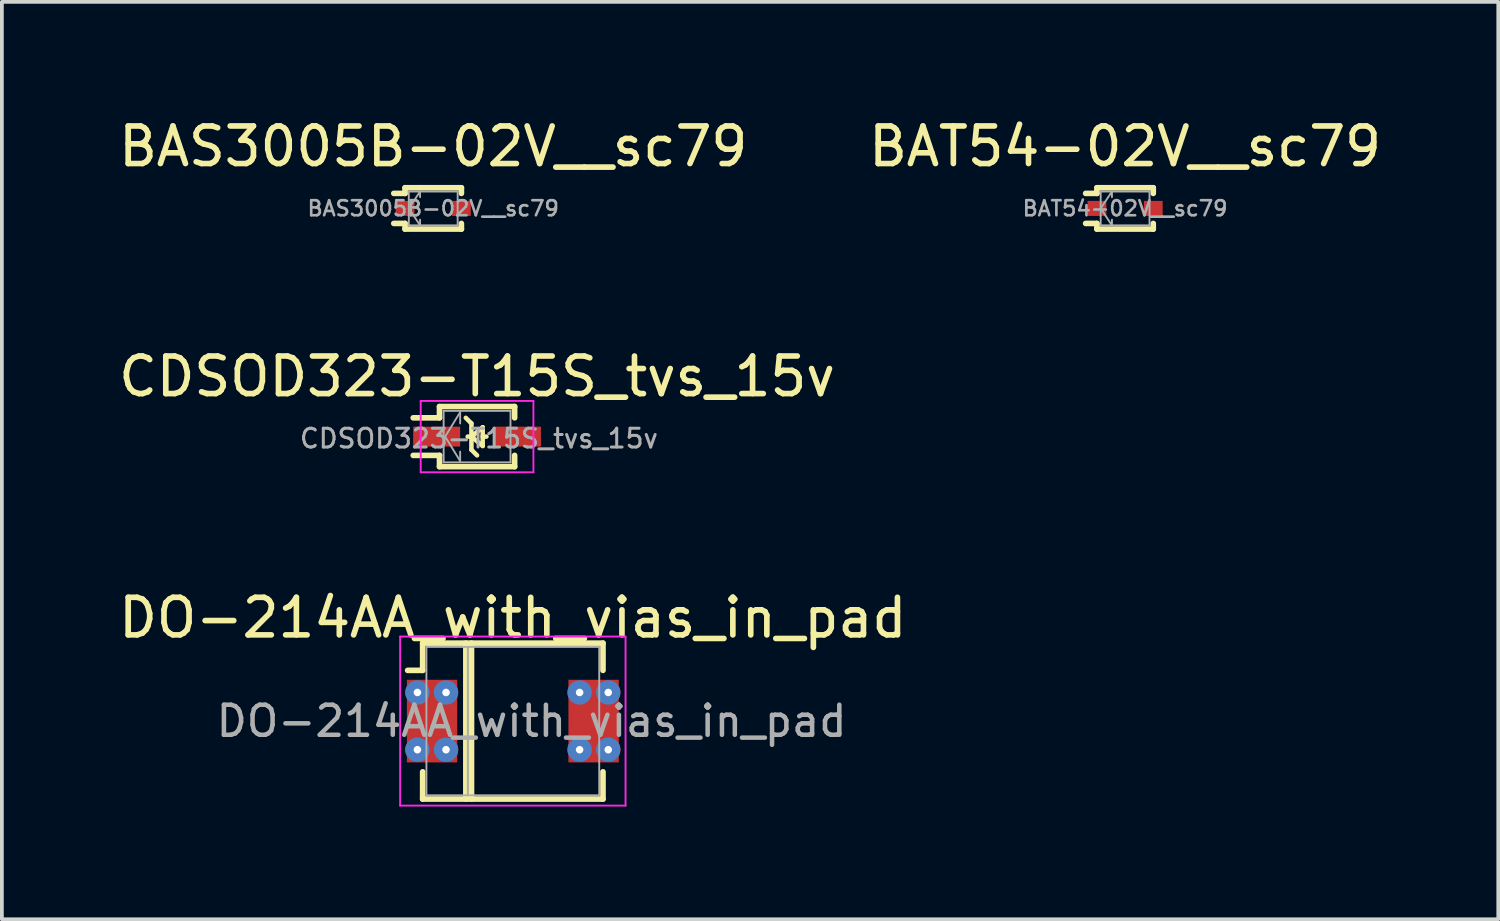
<source format=kicad_pcb>
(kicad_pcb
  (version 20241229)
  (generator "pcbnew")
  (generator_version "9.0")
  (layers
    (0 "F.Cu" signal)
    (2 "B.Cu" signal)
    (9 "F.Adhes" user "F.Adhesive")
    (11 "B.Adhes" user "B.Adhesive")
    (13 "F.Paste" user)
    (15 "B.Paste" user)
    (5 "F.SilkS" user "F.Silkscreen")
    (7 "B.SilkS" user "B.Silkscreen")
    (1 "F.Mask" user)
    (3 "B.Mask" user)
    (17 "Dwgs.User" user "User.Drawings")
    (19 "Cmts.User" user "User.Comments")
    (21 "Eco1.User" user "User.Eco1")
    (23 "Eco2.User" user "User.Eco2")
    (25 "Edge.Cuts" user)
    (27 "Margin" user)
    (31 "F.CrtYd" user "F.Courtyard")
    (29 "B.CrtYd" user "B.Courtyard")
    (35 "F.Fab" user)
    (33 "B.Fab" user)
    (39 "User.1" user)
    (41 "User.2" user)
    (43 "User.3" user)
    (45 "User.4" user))
  (footprint "BAT54-02V__sc79"
    (layer "F.Cu")
    (at 26.899 2.498)
    (property "Reference" "BAT54-02V__sc79" (at 0 0 0) (layer "F.Fab") (effects (font (size 0.4 0.4) (thickness 0.07))))
    (attr through_hole)
    (fp_line (start -1.05 -0.4) (end -0.75 -0.4) (stroke (width 0.15) (type solid)) (layer "F.SilkS"))
    (fp_line (start -0.75 -0.55) (end 0.75 -0.55) (stroke (width 0.15) (type solid)) (layer "F.SilkS"))
    (fp_line (start -0.75 -0.4) (end -0.75 -0.55) (stroke (width 0.15) (type solid)) (layer "F.SilkS"))
    (fp_line (start -0.75 0.4) (end -1.05 0.4) (stroke (width 0.15) (type solid)) (layer "F.SilkS"))
    (fp_line (start -0.75 0.55) (end -0.75 0.4) (stroke (width 0.15) (type solid)) (layer "F.SilkS"))
    (fp_line (start 0.75 -0.55) (end 0.75 -0.4) (stroke (width 0.15) (type solid)) (layer "F.SilkS"))
    (fp_line (start 0.75 0.4) (end 0.75 0.55) (stroke (width 0.15) (type solid)) (layer "F.SilkS"))
    (fp_line (start 0.75 0.55) (end -0.75 0.55) (stroke (width 0.15) (type solid)) (layer "F.SilkS"))
    (fp_line (start -0.65 -0.45) (end 0.65 -0.45) (stroke (width 0.05) (type solid)) (layer "F.Fab"))
    (fp_line (start -0.65 0) (end -0.35 -0.45) (stroke (width 0.05) (type solid)) (layer "F.Fab"))
    (fp_line (start -0.65 0.45) (end -0.65 -0.45) (stroke (width 0.05) (type solid)) (layer "F.Fab"))
    (fp_line (start -0.35 -0.45) (end -0.35 -0.3) (stroke (width 0.05) (type solid)) (layer "F.Fab"))
    (fp_line (start -0.35 0.3) (end -0.35 0.45) (stroke (width 0.05) (type solid)) (layer "F.Fab"))
    (fp_line (start -0.35 0.45) (end -0.65 0) (stroke (width 0.05) (type solid)) (layer "F.Fab"))
    (fp_line (start 0.65 -0.45) (end 0.65 0.45) (stroke (width 0.05) (type solid)) (layer "F.Fab"))
    (fp_line (start 0.65 0.45) (end -0.65 0.45) (stroke (width 0.05) (type solid)) (layer "F.Fab"))
    (fp_text user "${REFERENCE}" (at 0 -1.65 0) (layer "F.SilkS") (effects (font (size 1 1) (thickness 0.15))))
    (pad "1" smd rect (at -0.75 0) (size 0.5 0.4) (layers "F.Cu" "F.Mask" "F.Paste"))
    (pad "2" smd rect (at 0.75 0) (size 0.5 0.4) (layers "F.Cu" "F.Mask" "F.Paste")))
  (footprint "BAS3005B-02V__sc79"
    (layer "F.Cu")
    (at 8.482 2.498)
    (property "Reference" "BAS3005B-02V__sc79" (at 0 0 0) (layer "F.Fab") (effects (font (size 0.4 0.4) (thickness 0.07))))
    (attr through_hole)
    (fp_line (start -1.05 -0.4) (end -0.75 -0.4) (stroke (width 0.15) (type solid)) (layer "F.SilkS"))
    (fp_line (start -0.75 -0.55) (end 0.75 -0.55) (stroke (width 0.15) (type solid)) (layer "F.SilkS"))
    (fp_line (start -0.75 -0.4) (end -0.75 -0.55) (stroke (width 0.15) (type solid)) (layer "F.SilkS"))
    (fp_line (start -0.75 0.4) (end -1.05 0.4) (stroke (width 0.15) (type solid)) (layer "F.SilkS"))
    (fp_line (start -0.75 0.55) (end -0.75 0.4) (stroke (width 0.15) (type solid)) (layer "F.SilkS"))
    (fp_line (start 0.75 -0.55) (end 0.75 -0.4) (stroke (width 0.15) (type solid)) (layer "F.SilkS"))
    (fp_line (start 0.75 0.4) (end 0.75 0.55) (stroke (width 0.15) (type solid)) (layer "F.SilkS"))
    (fp_line (start 0.75 0.55) (end -0.75 0.55) (stroke (width 0.15) (type solid)) (layer "F.SilkS"))
    (fp_line (start -0.65 -0.45) (end 0.65 -0.45) (stroke (width 0.05) (type solid)) (layer "F.Fab"))
    (fp_line (start -0.65 0) (end -0.35 -0.45) (stroke (width 0.05) (type solid)) (layer "F.Fab"))
    (fp_line (start -0.65 0.45) (end -0.65 -0.45) (stroke (width 0.05) (type solid)) (layer "F.Fab"))
    (fp_line (start -0.35 -0.45) (end -0.35 -0.3) (stroke (width 0.05) (type solid)) (layer "F.Fab"))
    (fp_line (start -0.35 0.3) (end -0.35 0.45) (stroke (width 0.05) (type solid)) (layer "F.Fab"))
    (fp_line (start -0.35 0.45) (end -0.65 0) (stroke (width 0.05) (type solid)) (layer "F.Fab"))
    (fp_line (start 0.65 -0.45) (end 0.65 0.45) (stroke (width 0.05) (type solid)) (layer "F.Fab"))
    (fp_line (start 0.65 0.45) (end -0.65 0.45) (stroke (width 0.05) (type solid)) (layer "F.Fab"))
    (fp_text user "${REFERENCE}" (at 0 -1.65 0) (layer "F.SilkS") (effects (font (size 1 1) (thickness 0.15))))
    (pad "1" smd rect (at -0.75 0) (size 0.5 0.4) (layers "F.Cu" "F.Mask" "F.Paste"))
    (pad "2" smd rect (at 0.75 0) (size 0.5 0.4) (layers "F.Cu" "F.Mask" "F.Paste")))
  (footprint "DO-214AA_with_vias_in_pad"
    (layer "F.Cu")
    (at 10.601 16.145)
    (property "Reference" "DO-214AA_with_vias_in_pad" (at 0.5 0 0) (layer "F.Fab") (effects (font (size 0.8 0.8) (thickness 0.12))))
    (attr smd)
    (fp_line (start -2.8 -1.35) (end -2.4 -1.35) (stroke (width 0.15) (type solid)) (layer "F.SilkS"))
    (fp_line (start -2.4 -2.075) (end 2.4 -2.075) (stroke (width 0.15) (type solid)) (layer "F.SilkS"))
    (fp_line (start -2.4 -1.35) (end -2.4 -2.075) (stroke (width 0.15) (type solid)) (layer "F.SilkS"))
    (fp_line (start -2.4 2.075) (end -2.4 1.35) (stroke (width 0.15) (type solid)) (layer "F.SilkS"))
    (fp_line (start -1.25 2.075) (end -1.25 -2.075) (stroke (width 0.15) (type solid)) (layer "F.SilkS"))
    (fp_line (start -1.1 2.075) (end -1.1 -2.075) (stroke (width 0.15) (type solid)) (layer "F.SilkS"))
    (fp_line (start 2.4 -2.075) (end 2.4 -1.35) (stroke (width 0.15) (type solid)) (layer "F.SilkS"))
    (fp_line (start 2.4 1.35) (end 2.4 2.075) (stroke (width 0.15) (type solid)) (layer "F.SilkS"))
    (fp_line (start 2.4 2.075) (end -2.4 2.075) (stroke (width 0.15) (type solid)) (layer "F.SilkS"))
    (fp_line (start -3 -2.25) (end 3 -2.25) (stroke (width 0.05) (type solid)) (layer "F.CrtYd"))
    (fp_line (start -3 2.25) (end -3 -2.25) (stroke (width 0.05) (type solid)) (layer "F.CrtYd"))
    (fp_line (start 3 -2.25) (end 3 2.25) (stroke (width 0.05) (type solid)) (layer "F.CrtYd"))
    (fp_line (start 3 2.25) (end -3 2.25) (stroke (width 0.05) (type solid)) (layer "F.CrtYd"))
    (fp_line (start -2.3 -1.975) (end 2.3 -1.975) (stroke (width 0.05) (type solid)) (layer "F.Fab"))
    (fp_line (start -2.3 1.975) (end -2.3 -1.975) (stroke (width 0.05) (type solid)) (layer "F.Fab"))
    (fp_line (start -1.2 -1.975) (end -1.2 1.975) (stroke (width 0.05) (type solid)) (layer "F.Fab"))
    (fp_line (start 2.3 -1.975) (end 2.3 1.975) (stroke (width 0.05) (type solid)) (layer "F.Fab"))
    (fp_line (start 2.3 1.975) (end -2.3 1.975) (stroke (width 0.05) (type solid)) (layer "F.Fab"))
    (fp_text user "${REFERENCE}" (at 0 -2.75 0) (layer "F.SilkS") (effects (font (size 1 1) (thickness 0.15))))
    (pad "1" thru_hole circle (at -2.54 -0.762) (size 0.65 0.65) (drill 0.2) (layers "*.Cu" "*.Mask"))
    (pad "1" thru_hole circle (at -2.54 0.762) (size 0.65 0.65) (drill 0.2) (layers "*.Cu" "*.Mask"))
    (pad "1" smd rect (at -2.15 0) (size 1.34 2.2) (layers "F.Cu" "F.Mask" "F.Paste"))
    (pad "1" thru_hole circle (at -1.778 -0.762) (size 0.65 0.65) (drill 0.2) (layers "*.Cu" "*.Mask"))
    (pad "1" thru_hole circle (at -1.778 0.762) (size 0.65 0.65) (drill 0.2) (layers "*.Cu" "*.Mask"))
    (pad "2" thru_hole circle (at 1.778 -0.762) (size 0.65 0.65) (drill 0.2) (layers "*.Cu" "*.Mask"))
    (pad "2" thru_hole circle (at 1.778 0.762) (size 0.65 0.65) (drill 0.2) (layers "*.Cu" "*.Mask"))
    (pad "2" smd rect (at 2.15 0) (size 1.34 2.2) (layers "F.Cu" "F.Mask" "F.Paste"))
    (pad "2" thru_hole circle (at 2.54 -0.762) (size 0.65 0.65) (drill 0.2) (layers "*.Cu" "*.Mask"))
    (pad "2" thru_hole circle (at 2.54 0.762) (size 0.65 0.65) (drill 0.2) (layers "*.Cu" "*.Mask")))
  (footprint "CDSOD323-T15S_tvs_15v"
    (layer "F.Cu")
    (at 9.649 8.572)
    (property "Reference" "CDSOD323-T15S_tvs_15v" (at 0.05 0.05 0) (layer "F.Fab") (effects (font (size 0.5 0.5) (thickness 0.08))))
    (attr smd)
    (fp_line (start -1.7 -0.5) (end -1 -0.5) (stroke (width 0.15) (type solid)) (layer "F.SilkS"))
    (fp_line (start -1 -0.8) (end 1 -0.8) (stroke (width 0.15) (type solid)) (layer "F.SilkS"))
    (fp_line (start -1 -0.5) (end -1 -0.8) (stroke (width 0.15) (type solid)) (layer "F.SilkS"))
    (fp_line (start -1 0.5) (end -1.7 0.5) (stroke (width 0.15) (type solid)) (layer "F.SilkS"))
    (fp_line (start -1 0.8) (end -1 0.5) (stroke (width 0.15) (type solid)) (layer "F.SilkS"))
    (fp_line (start -0.15 -0.35) (end -0.3 -0.5) (stroke (width 0.12) (type solid)) (layer "F.SilkS"))
    (fp_line (start -0.15 -0.35) (end -0.15 0.35) (stroke (width 0.12) (type solid)) (layer "F.SilkS"))
    (fp_line (start -0.15 0) (end 0.15 -0.25) (stroke (width 0.12) (type solid)) (layer "F.SilkS"))
    (fp_line (start -0.1 0) (end -0.25 0) (stroke (width 0.12) (type solid)) (layer "F.SilkS"))
    (fp_line (start 0 0.5) (end -0.15 0.35) (stroke (width 0.12) (type solid)) (layer "F.SilkS"))
    (fp_line (start 0.15 -0.25) (end 0.15 0.25) (stroke (width 0.12) (type solid)) (layer "F.SilkS"))
    (fp_line (start 0.15 0) (end 0.25 0) (stroke (width 0.12) (type solid)) (layer "F.SilkS"))
    (fp_line (start 0.15 0.25) (end -0.15 0) (stroke (width 0.12) (type solid)) (layer "F.SilkS"))
    (fp_line (start 1 -0.8) (end 1 -0.5) (stroke (width 0.15) (type solid)) (layer "F.SilkS"))
    (fp_line (start 1 0.5) (end 1 0.8) (stroke (width 0.15) (type solid)) (layer "F.SilkS"))
    (fp_line (start 1 0.8) (end -1 0.8) (stroke (width 0.15) (type solid)) (layer "F.SilkS"))
    (fp_line (start -1.5 -0.95) (end -1.5 0.95) (stroke (width 0.05) (type solid)) (layer "F.CrtYd"))
    (fp_line (start -1.5 -0.95) (end 1.5 -0.95) (stroke (width 0.05) (type solid)) (layer "F.CrtYd"))
    (fp_line (start -1.5 0.95) (end 1.5 0.95) (stroke (width 0.05) (type solid)) (layer "F.CrtYd"))
    (fp_line (start 1.5 -0.95) (end 1.5 0.95) (stroke (width 0.05) (type solid)) (layer "F.CrtYd"))
    (fp_line (start -0.89 -0.685) (end 0.89 -0.685) (stroke (width 0.05) (type solid)) (layer "F.Fab"))
    (fp_line (start -0.89 0.685) (end -0.89 -0.685) (stroke (width 0.05) (type solid)) (layer "F.Fab"))
    (fp_line (start -0.85 0) (end -0.45 -0.65) (stroke (width 0.05) (type solid)) (layer "F.Fab"))
    (fp_line (start -0.85 0) (end -0.45 0.65) (stroke (width 0.05) (type solid)) (layer "F.Fab"))
    (fp_line (start -0.45 -0.65) (end -0.45 -0.35) (stroke (width 0.05) (type solid)) (layer "F.Fab"))
    (fp_line (start -0.45 0.65) (end -0.45 0.4) (stroke (width 0.05) (type solid)) (layer "F.Fab"))
    (fp_line (start 0.89 -0.685) (end 0.89 0.685) (stroke (width 0.05) (type solid)) (layer "F.Fab"))
    (fp_line (start 0.89 0.685) (end -0.89 0.685) (stroke (width 0.05) (type solid)) (layer "F.Fab"))
    (fp_text user "${REFERENCE}" (at 0 -1.6 0) (layer "F.SilkS") (effects (font (size 1 1) (thickness 0.15))))
    (pad "1" smd rect (at -1.075 0) (size 1.25 0.53) (layers "F.Cu" "F.Mask" "F.Paste"))
    (pad "2" smd rect (at 1.075 0) (size 1.25 0.53) (layers "F.Cu" "F.Mask" "F.Paste")))
  (gr_rect
    (start -3 -3)
    (end 36.833 21.42)
    (stroke (width 0.1) (type default))
    (fill no)
    (layer "Edge.Cuts")))
</source>
